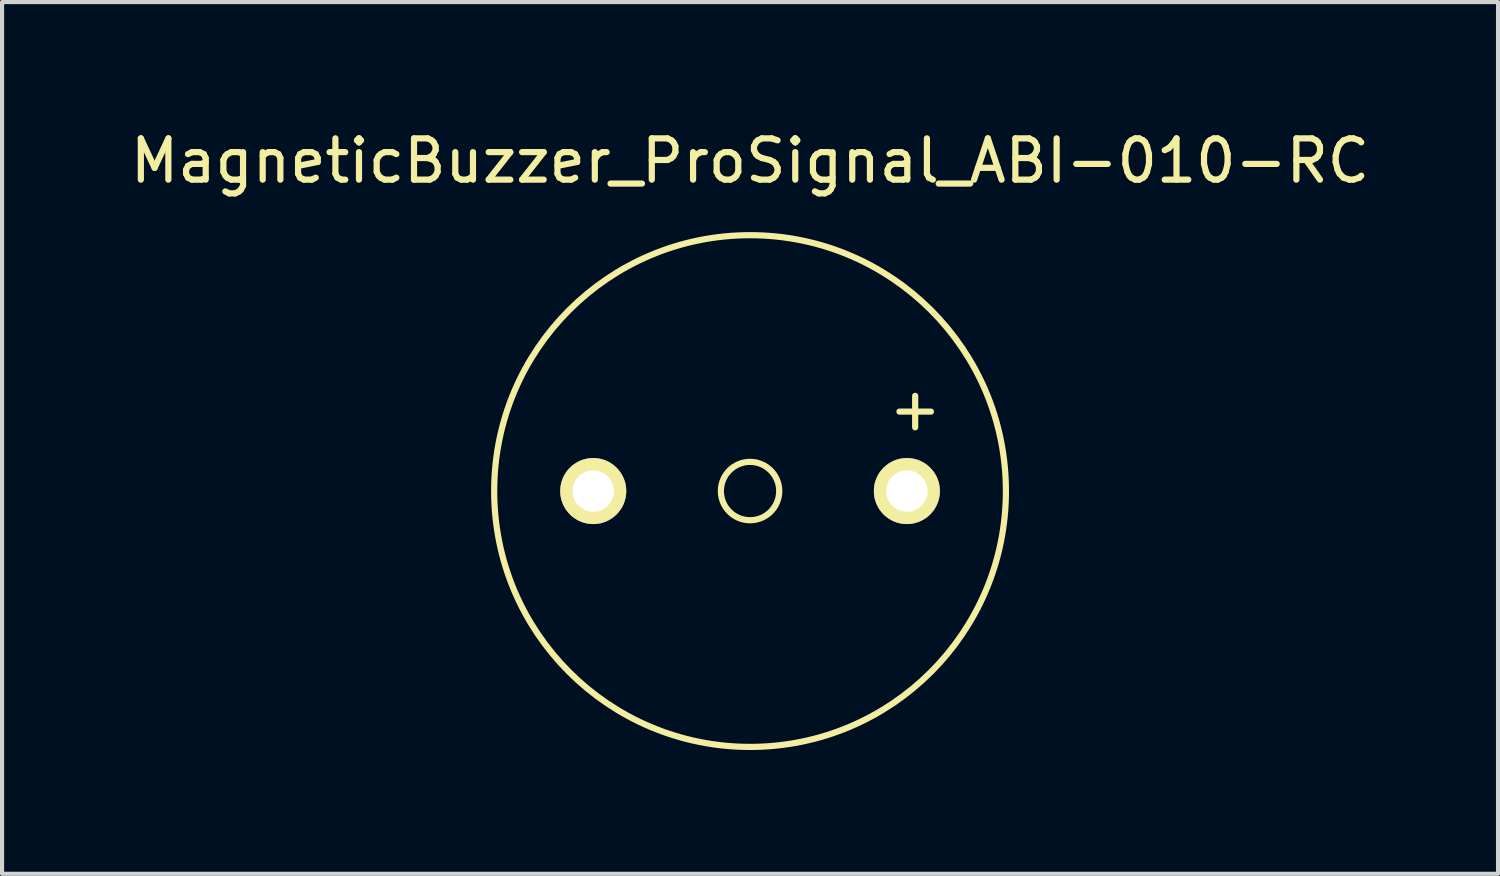
<source format=kicad_pcb>
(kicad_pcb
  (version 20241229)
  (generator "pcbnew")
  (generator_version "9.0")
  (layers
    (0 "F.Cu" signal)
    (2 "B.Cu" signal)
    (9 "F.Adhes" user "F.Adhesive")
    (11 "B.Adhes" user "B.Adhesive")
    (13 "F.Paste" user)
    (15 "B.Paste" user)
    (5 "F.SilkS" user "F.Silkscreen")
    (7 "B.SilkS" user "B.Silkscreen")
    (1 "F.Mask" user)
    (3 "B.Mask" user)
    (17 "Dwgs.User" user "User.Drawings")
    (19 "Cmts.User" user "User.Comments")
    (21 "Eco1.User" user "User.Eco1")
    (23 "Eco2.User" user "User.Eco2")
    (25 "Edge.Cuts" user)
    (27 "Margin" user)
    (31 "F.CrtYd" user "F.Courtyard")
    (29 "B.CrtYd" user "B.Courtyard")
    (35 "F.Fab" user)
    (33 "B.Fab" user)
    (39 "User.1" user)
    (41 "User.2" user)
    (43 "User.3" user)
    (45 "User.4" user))
  (footprint "MagneticBuzzer_ProSignal_ABI-010-RC"
    (layer "F.Cu")
    (at 11.315 8.849)
    (property "Reference" "MagneticBuzzer_ProSignal_ABI-010-RC" (at 3.81 -8.001 0) (layer "F.SilkS") (effects (font (size 1 1) (thickness 0.15))))
    (attr through_hole)
    (fp_circle (center 3.81 0) (end 4.31 0.5) (stroke (width 0.15) (type solid)) (fill no) (layer "F.SilkS"))
    (fp_circle (center 3.81 0) (end 10.01 0) (stroke (width 0.15) (type solid)) (fill no) (layer "F.SilkS"))
    (fp_text user "+" (at 7.811 -1.999 0) (layer "F.SilkS") (effects (font (size 1 1) (thickness 0.15))))
    (pad "1" thru_hole circle (at 0.01 0) (size 1.6 1.6) (drill 1.001) (layers "*.Cu" "*.Mask" "F.SilkS"))
    (pad "2" thru_hole circle (at 7.61 0) (size 1.6 1.6) (drill 1.001) (layers "*.Cu" "*.Mask" "F.SilkS")))
  (gr_rect
    (start -3 -3)
    (end 33.25 18.124)
    (stroke (width 0.1) (type default))
    (fill no)
    (layer "Edge.Cuts")))
</source>
